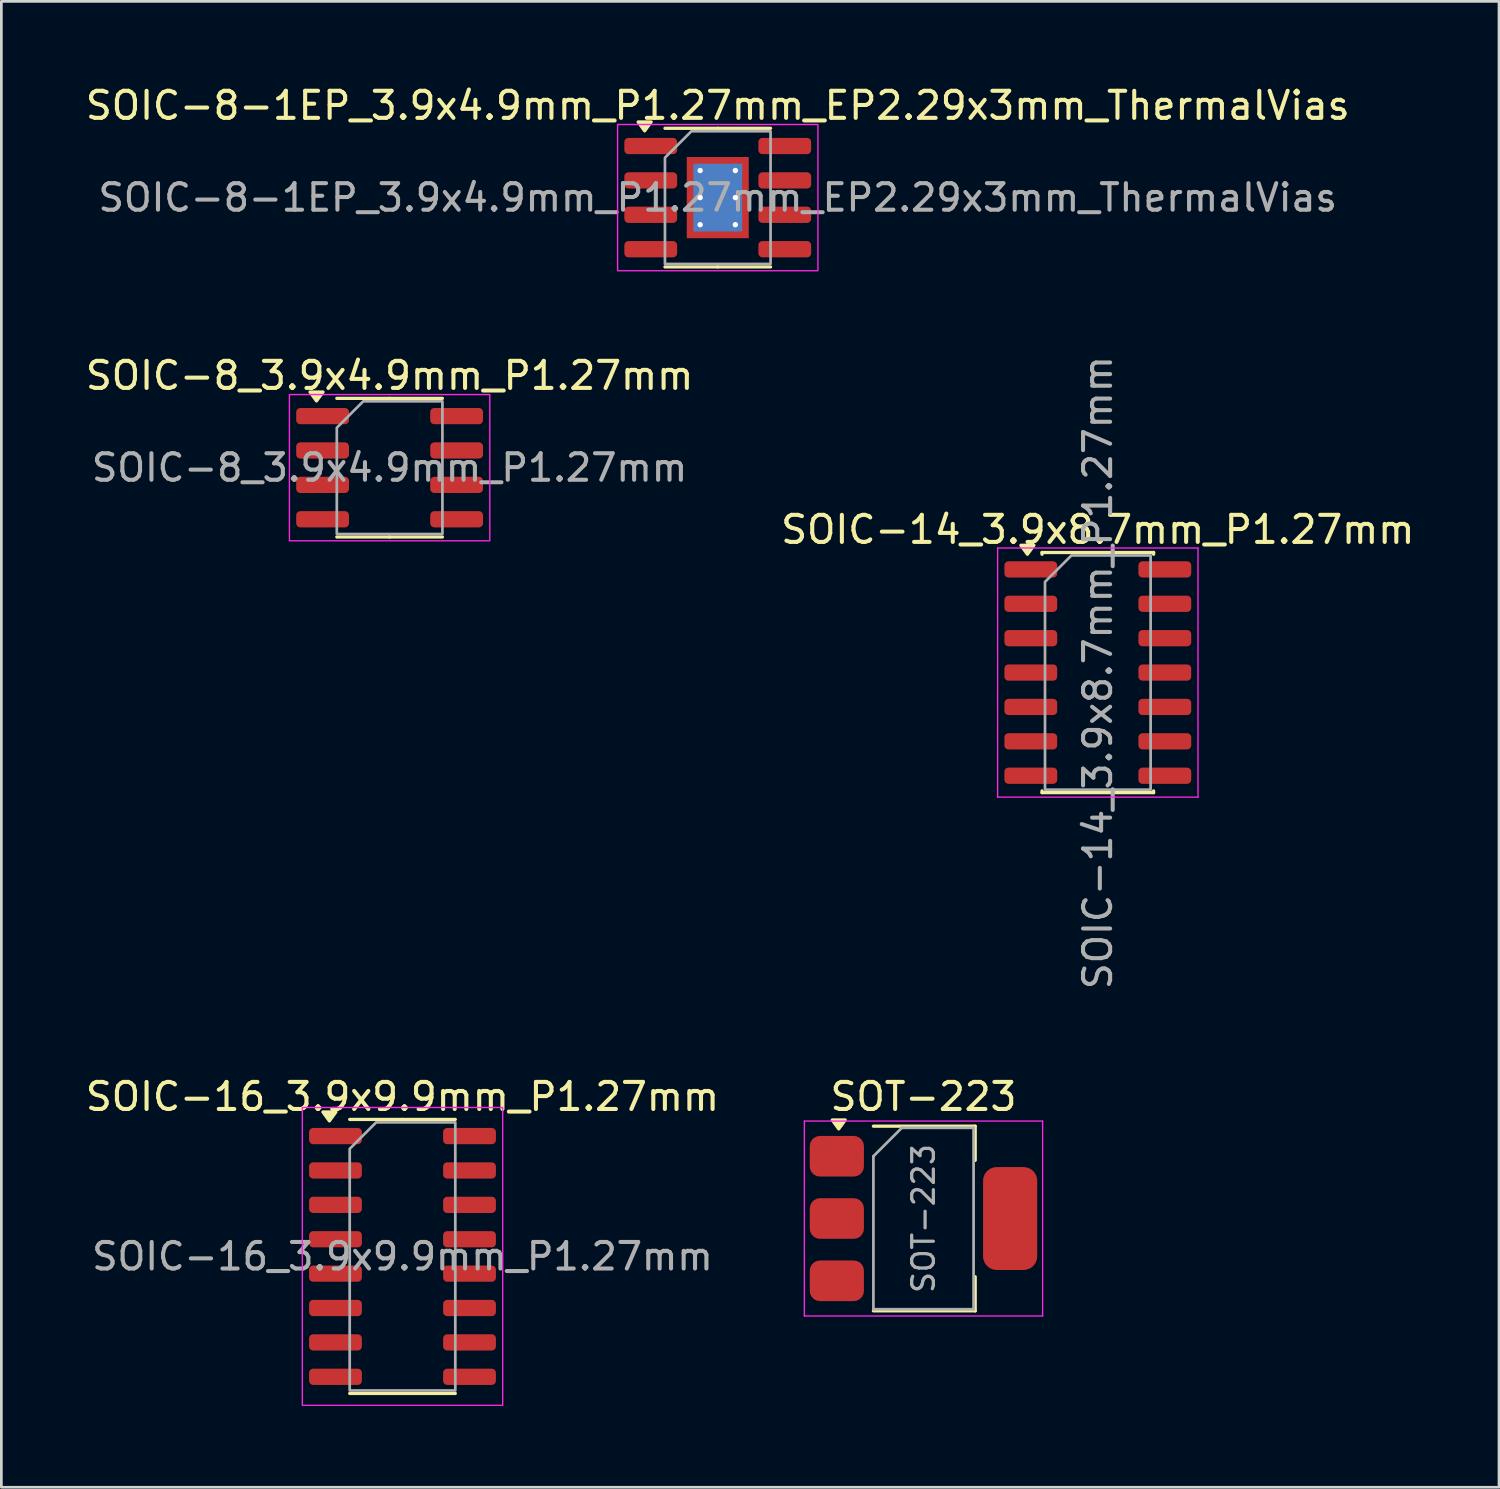
<source format=kicad_pcb>
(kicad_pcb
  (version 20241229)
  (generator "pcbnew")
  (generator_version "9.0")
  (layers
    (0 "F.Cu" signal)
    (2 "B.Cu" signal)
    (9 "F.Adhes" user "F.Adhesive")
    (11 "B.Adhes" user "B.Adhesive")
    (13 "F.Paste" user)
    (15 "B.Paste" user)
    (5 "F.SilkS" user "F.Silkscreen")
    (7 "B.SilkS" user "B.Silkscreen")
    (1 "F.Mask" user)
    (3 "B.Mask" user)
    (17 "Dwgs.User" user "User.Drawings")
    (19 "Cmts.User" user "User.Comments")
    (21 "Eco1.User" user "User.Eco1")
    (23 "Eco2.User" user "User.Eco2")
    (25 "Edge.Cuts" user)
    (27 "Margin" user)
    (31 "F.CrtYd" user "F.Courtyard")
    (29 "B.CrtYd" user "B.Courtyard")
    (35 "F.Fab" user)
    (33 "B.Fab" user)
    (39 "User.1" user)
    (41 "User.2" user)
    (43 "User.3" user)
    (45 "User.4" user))
  (footprint "SOT-223"
    (layer "F.Cu")
    (at 31.056 41.952)
    (property "Reference" "SOT-223" (at 0 -4.5 0) (layer "F.SilkS") (effects (font (size 1 1) (thickness 0.15))))
    (attr smd)
    (fp_line (start -1.85 -3.41) (end 1.91 -3.41) (stroke (width 0.12) (type solid)) (layer "F.SilkS"))
    (fp_line (start -1.85 3.41) (end 1.91 3.41) (stroke (width 0.12) (type solid)) (layer "F.SilkS"))
    (fp_line (start 1.91 -3.41) (end 1.91 -2.15) (stroke (width 0.12) (type solid)) (layer "F.SilkS"))
    (fp_line (start 1.91 3.41) (end 1.91 2.15) (stroke (width 0.12) (type solid)) (layer "F.SilkS"))
    (fp_poly (pts (xy -3.13 -3.31) (xy -3.37 -3.64) (xy -2.89 -3.64) (xy -3.13 -3.31)) (stroke (width 0.12) (type solid)) (fill yes) (layer "F.SilkS"))
    (fp_line (start -4.4 -3.6) (end -4.4 3.6) (stroke (width 0.05) (type solid)) (layer "F.CrtYd"))
    (fp_line (start -4.4 3.6) (end 4.4 3.6) (stroke (width 0.05) (type solid)) (layer "F.CrtYd"))
    (fp_line (start 4.4 -3.6) (end -4.4 -3.6) (stroke (width 0.05) (type solid)) (layer "F.CrtYd"))
    (fp_line (start 4.4 3.6) (end 4.4 -3.6) (stroke (width 0.05) (type solid)) (layer "F.CrtYd"))
    (fp_line (start -1.85 -2.3) (end -1.85 3.35) (stroke (width 0.1) (type solid)) (layer "F.Fab"))
    (fp_line (start -1.85 -2.3) (end -0.8 -3.35) (stroke (width 0.1) (type solid)) (layer "F.Fab"))
    (fp_line (start -1.85 3.35) (end 1.85 3.35) (stroke (width 0.1) (type solid)) (layer "F.Fab"))
    (fp_line (start -0.8 -3.35) (end 1.85 -3.35) (stroke (width 0.1) (type solid)) (layer "F.Fab"))
    (fp_line (start 1.85 -3.35) (end 1.85 3.35) (stroke (width 0.1) (type solid)) (layer "F.Fab"))
    (fp_text user "${REFERENCE}" (at 0 0 90) (layer "F.Fab") (effects (font (size 0.8 0.8) (thickness 0.12))))
    (pad "1" smd roundrect (at -3.2 -2.3) (size 2 1.5) (layers "F.Cu" "F.Mask" "F.Paste") (roundrect_rratio 0.25))
    (pad "2" smd roundrect (at -3.2 0) (size 2 1.5) (layers "F.Cu" "F.Mask" "F.Paste") (roundrect_rratio 0.25))
    (pad "3" smd roundrect (at -3.2 2.3) (size 2 1.5) (layers "F.Cu" "F.Mask" "F.Paste") (roundrect_rratio 0.25))
    (pad "4" smd roundrect (at 3.2 0) (size 2 3.8) (layers "F.Cu" "F.Mask" "F.Paste") (roundrect_rratio 0.25)))
  (footprint "SOIC-14_3.9x8.7mm_P1.27mm"
    (layer "F.Cu")
    (at 37.494 21.789)
    (property "Reference" "SOIC-14_3.9x8.7mm_P1.27mm" (at 0 -5.28 0) (layer "F.SilkS") (effects (font (size 1 1) (thickness 0.15))))
    (attr smd)
    (fp_line (start -2.06 -4.435) (end 2.06 -4.435) (stroke (width 0.12) (type solid)) (layer "F.SilkS"))
    (fp_line (start -2.06 -4.37) (end -2.06 -4.435) (stroke (width 0.12) (type solid)) (layer "F.SilkS"))
    (fp_line (start -2.06 4.435) (end -2.06 4.37) (stroke (width 0.12) (type solid)) (layer "F.SilkS"))
    (fp_line (start 2.06 -4.435) (end 2.06 -4.37) (stroke (width 0.12) (type solid)) (layer "F.SilkS"))
    (fp_line (start 2.06 4.37) (end 2.06 4.435) (stroke (width 0.12) (type solid)) (layer "F.SilkS"))
    (fp_line (start 2.06 4.435) (end -2.06 4.435) (stroke (width 0.12) (type solid)) (layer "F.SilkS"))
    (fp_poly (pts (xy -2.6 -4.37) (xy -2.84 -4.7) (xy -2.36 -4.7)) (stroke (width 0.12) (type solid)) (fill yes) (layer "F.SilkS"))
    (fp_line (start -3.7 -4.6) (end 3.7 -4.6) (stroke (width 0.05) (type solid)) (layer "F.CrtYd"))
    (fp_line (start -3.7 4.601) (end -3.7 -4.6) (stroke (width 0.05) (type solid)) (layer "F.CrtYd"))
    (fp_line (start 3.7 -4.6) (end 3.7 4.6) (stroke (width 0.05) (type solid)) (layer "F.CrtYd"))
    (fp_line (start 3.7 4.6) (end -3.7 4.6) (stroke (width 0.05) (type solid)) (layer "F.CrtYd"))
    (fp_poly (pts (xy -1.95 -3.35) (xy -1.95 4.325) (xy 1.95 4.325) (xy 1.95 -4.325) (xy -0.975 -4.325)) (stroke (width 0.1) (type solid)) (fill no) (layer "F.Fab"))
    (fp_text user "${REFERENCE}" (at 0 0 90) (layer "F.Fab") (effects (font (size 1 1) (thickness 0.15))))
    (pad "1" smd roundrect (at -2.475 -3.81) (size 1.95 0.6) (layers "F.Cu" "F.Mask" "F.Paste") (roundrect_rratio 0.25))
    (pad "2" smd roundrect (at -2.475 -2.54) (size 1.95 0.6) (layers "F.Cu" "F.Mask" "F.Paste") (roundrect_rratio 0.25))
    (pad "3" smd roundrect (at -2.475 -1.27) (size 1.95 0.6) (layers "F.Cu" "F.Mask" "F.Paste") (roundrect_rratio 0.25))
    (pad "4" smd roundrect (at -2.475 0) (size 1.95 0.6) (layers "F.Cu" "F.Mask" "F.Paste") (roundrect_rratio 0.25))
    (pad "5" smd roundrect (at -2.475 1.27) (size 1.95 0.6) (layers "F.Cu" "F.Mask" "F.Paste") (roundrect_rratio 0.25))
    (pad "6" smd roundrect (at -2.475 2.54) (size 1.95 0.6) (layers "F.Cu" "F.Mask" "F.Paste") (roundrect_rratio 0.25))
    (pad "7" smd roundrect (at -2.475 3.81) (size 1.95 0.6) (layers "F.Cu" "F.Mask" "F.Paste") (roundrect_rratio 0.25))
    (pad "8" smd roundrect (at 2.475 3.81) (size 1.95 0.6) (layers "F.Cu" "F.Mask" "F.Paste") (roundrect_rratio 0.25))
    (pad "9" smd roundrect (at 2.475 2.54) (size 1.95 0.6) (layers "F.Cu" "F.Mask" "F.Paste") (roundrect_rratio 0.25))
    (pad "10" smd roundrect (at 2.475 1.27) (size 1.95 0.6) (layers "F.Cu" "F.Mask" "F.Paste") (roundrect_rratio 0.25))
    (pad "11" smd roundrect (at 2.475 0) (size 1.95 0.6) (layers "F.Cu" "F.Mask" "F.Paste") (roundrect_rratio 0.25))
    (pad "12" smd roundrect (at 2.475 -1.27) (size 1.95 0.6) (layers "F.Cu" "F.Mask" "F.Paste") (roundrect_rratio 0.25))
    (pad "13" smd roundrect (at 2.475 -2.54) (size 1.95 0.6) (layers "F.Cu" "F.Mask" "F.Paste") (roundrect_rratio 0.25))
    (pad "14" smd roundrect (at 2.475 -3.81) (size 1.95 0.6) (layers "F.Cu" "F.Mask" "F.Paste") (roundrect_rratio 0.25)))
  (footprint "SOIC-8_3.9x4.9mm_P1.27mm"
    (layer "F.Cu")
    (at 11.339 14.222)
    (property "Reference" "SOIC-8_3.9x4.9mm_P1.27mm" (at 0 -3.4 0) (layer "F.SilkS") (effects (font (size 1 1) (thickness 0.15))))
    (attr smd)
    (fp_line (start 0 -2.56) (end -1.95 -2.56) (stroke (width 0.12) (type solid)) (layer "F.SilkS"))
    (fp_line (start 0 -2.56) (end 1.95 -2.56) (stroke (width 0.12) (type solid)) (layer "F.SilkS"))
    (fp_line (start 0 2.56) (end -1.95 2.56) (stroke (width 0.12) (type solid)) (layer "F.SilkS"))
    (fp_line (start 0 2.56) (end 1.95 2.56) (stroke (width 0.12) (type solid)) (layer "F.SilkS"))
    (fp_poly (pts (xy -2.7 -2.465) (xy -2.94 -2.795) (xy -2.46 -2.795)) (stroke (width 0.12) (type solid)) (fill yes) (layer "F.SilkS"))
    (fp_rect (start -3.7 -2.7) (end 3.7 2.7) (stroke (width 0.05) (type default)) (fill no) (layer "F.CrtYd"))
    (fp_poly (pts (xy -1.95 -1.475) (xy -1.95 2.45) (xy 1.95 2.45) (xy 1.95 -2.45) (xy -0.975 -2.45)) (stroke (width 0.1) (type solid)) (fill no) (layer "F.Fab"))
    (fp_text user "${REFERENCE}" (at 0 0 0) (layer "F.Fab") (effects (font (size 0.98 0.98) (thickness 0.15))))
    (pad "1" smd roundrect (at -2.475 -1.905) (size 1.95 0.6) (layers "F.Cu" "F.Mask" "F.Paste") (roundrect_rratio 0.25))
    (pad "2" smd roundrect (at -2.475 -0.635) (size 1.95 0.6) (layers "F.Cu" "F.Mask" "F.Paste") (roundrect_rratio 0.25))
    (pad "3" smd roundrect (at -2.475 0.635) (size 1.95 0.6) (layers "F.Cu" "F.Mask" "F.Paste") (roundrect_rratio 0.25))
    (pad "4" smd roundrect (at -2.475 1.905) (size 1.95 0.6) (layers "F.Cu" "F.Mask" "F.Paste") (roundrect_rratio 0.25))
    (pad "5" smd roundrect (at 2.475 1.905) (size 1.95 0.6) (layers "F.Cu" "F.Mask" "F.Paste") (roundrect_rratio 0.25))
    (pad "6" smd roundrect (at 2.475 0.635) (size 1.95 0.6) (layers "F.Cu" "F.Mask" "F.Paste") (roundrect_rratio 0.25))
    (pad "7" smd roundrect (at 2.475 -0.635) (size 1.95 0.6) (layers "F.Cu" "F.Mask" "F.Paste") (roundrect_rratio 0.25))
    (pad "8" smd roundrect (at 2.475 -1.905) (size 1.95 0.6) (layers "F.Cu" "F.Mask" "F.Paste") (roundrect_rratio 0.25)))
  (footprint "SOIC-8-1EP_3.9x4.9mm_P1.27mm_EP2.29x3mm_ThermalVias"
    (layer "F.Cu")
    (at 23.458 4.248)
    (property "Reference" "SOIC-8-1EP_3.9x4.9mm_P1.27mm_EP2.29x3mm_ThermalVias" (at 0 -3.4 0) (layer "F.SilkS") (effects (font (size 1 1) (thickness 0.15))))
    (attr smd)
    (fp_line (start 0 -2.56) (end -1.95 -2.56) (stroke (width 0.12) (type solid)) (layer "F.SilkS"))
    (fp_line (start 0 -2.56) (end 1.95 -2.56) (stroke (width 0.12) (type solid)) (layer "F.SilkS"))
    (fp_line (start 0 2.56) (end -1.95 2.56) (stroke (width 0.12) (type solid)) (layer "F.SilkS"))
    (fp_line (start 0 2.56) (end 1.95 2.56) (stroke (width 0.12) (type solid)) (layer "F.SilkS"))
    (fp_poly (pts (xy -2.7 -2.465) (xy -2.94 -2.795) (xy -2.46 -2.795)) (stroke (width 0.12) (type solid)) (fill yes) (layer "F.SilkS"))
    (fp_rect (start -3.7 -2.7) (end 3.7 2.7) (stroke (width 0.05) (type default)) (fill no) (layer "F.CrtYd"))
    (fp_poly (pts (xy -1.95 -1.475) (xy -1.95 2.45) (xy 1.95 2.45) (xy 1.95 -2.45) (xy -0.975 -2.45)) (stroke (width 0.1) (type solid)) (fill no) (layer "F.Fab"))
    (fp_text user "${REFERENCE}" (at 0 0 0) (layer "F.Fab") (effects (font (size 0.98 0.98) (thickness 0.15))))
    (pad "" smd roundrect (at -0.57 -0.75) (size 0.96 1.25) (layers "F.Paste") (roundrect_rratio 0.25))
    (pad "" smd roundrect (at -0.57 0.75) (size 0.96 1.25) (layers "F.Paste") (roundrect_rratio 0.25))
    (pad "" smd roundrect (at 0.57 -0.75) (size 0.96 1.25) (layers "F.Paste") (roundrect_rratio 0.25))
    (pad "" smd roundrect (at 0.57 0.75) (size 0.96 1.25) (layers "F.Paste") (roundrect_rratio 0.25))
    (pad "1" smd roundrect (at -2.475 -1.905) (size 1.95 0.6) (layers "F.Cu" "F.Mask" "F.Paste") (roundrect_rratio 0.25))
    (pad "2" smd roundrect (at -2.475 -0.635) (size 1.95 0.6) (layers "F.Cu" "F.Mask" "F.Paste") (roundrect_rratio 0.25))
    (pad "3" smd roundrect (at -2.475 0.635) (size 1.95 0.6) (layers "F.Cu" "F.Mask" "F.Paste") (roundrect_rratio 0.25))
    (pad "4" smd roundrect (at -2.475 1.905) (size 1.95 0.6) (layers "F.Cu" "F.Mask" "F.Paste") (roundrect_rratio 0.25))
    (pad "5" smd roundrect (at 2.475 1.905) (size 1.95 0.6) (layers "F.Cu" "F.Mask" "F.Paste") (roundrect_rratio 0.25))
    (pad "6" smd roundrect (at 2.475 0.635) (size 1.95 0.6) (layers "F.Cu" "F.Mask" "F.Paste") (roundrect_rratio 0.25))
    (pad "7" smd roundrect (at 2.475 -0.635) (size 1.95 0.6) (layers "F.Cu" "F.Mask" "F.Paste") (roundrect_rratio 0.25))
    (pad "8" smd roundrect (at 2.475 -1.905) (size 1.95 0.6) (layers "F.Cu" "F.Mask" "F.Paste") (roundrect_rratio 0.25))
    (pad "9" thru_hole circle (at -0.65 -1) (size 0.5 0.5) (drill 0.2) (property pad_prop_heatsink) (layers "*.Cu"))
    (pad "9" thru_hole circle (at -0.65 0) (size 0.5 0.5) (drill 0.2) (property pad_prop_heatsink) (layers "*.Cu"))
    (pad "9" thru_hole circle (at -0.65 1) (size 0.5 0.5) (drill 0.2) (property pad_prop_heatsink) (layers "*.Cu"))
    (pad "9" smd rect (at 0 0) (size 1.8 2.5) (property pad_prop_heatsink) (layers "B.Cu"))
    (pad "9" smd rect (at 0 0) (size 2.29 3) (property pad_prop_heatsink) (layers "F.Cu" "F.Mask"))
    (pad "9" thru_hole circle (at 0.65 -1) (size 0.5 0.5) (drill 0.2) (property pad_prop_heatsink) (layers "*.Cu"))
    (pad "9" thru_hole circle (at 0.65 0) (size 0.5 0.5) (drill 0.2) (property pad_prop_heatsink) (layers "*.Cu"))
    (pad "9" thru_hole circle (at 0.65 1) (size 0.5 0.5) (drill 0.2) (property pad_prop_heatsink) (layers "*.Cu")))
  (footprint "SOIC-16_3.9x9.9mm_P1.27mm"
    (layer "F.Cu")
    (at 11.815 43.352)
    (property "Reference" "SOIC-16_3.9x9.9mm_P1.27mm" (at 0 -5.9 0) (layer "F.SilkS") (effects (font (size 1 1) (thickness 0.15))))
    (attr smd)
    (fp_line (start 0 -5.06) (end -1.95 -5.06) (stroke (width 0.12) (type solid)) (layer "F.SilkS"))
    (fp_line (start 0 -5.06) (end 1.95 -5.06) (stroke (width 0.12) (type solid)) (layer "F.SilkS"))
    (fp_line (start 0 5.06) (end -1.95 5.06) (stroke (width 0.12) (type solid)) (layer "F.SilkS"))
    (fp_line (start 0 5.06) (end 1.95 5.06) (stroke (width 0.12) (type solid)) (layer "F.SilkS"))
    (fp_poly (pts (xy -2.7 -5.005) (xy -2.94 -5.335) (xy -2.46 -5.335)) (stroke (width 0.12) (type solid)) (fill yes) (layer "F.SilkS"))
    (fp_rect (start -3.7 -5.5) (end 3.7 5.5) (stroke (width 0.05) (type default)) (fill no) (layer "F.CrtYd"))
    (fp_poly (pts (xy -1.95 -3.975) (xy -1.95 4.95) (xy 1.95 4.95) (xy 1.95 -4.95) (xy -0.975 -4.95)) (stroke (width 0.1) (type solid)) (fill no) (layer "F.Fab"))
    (fp_text user "${REFERENCE}" (at 0 0 0) (layer "F.Fab") (effects (font (size 0.98 0.98) (thickness 0.15))))
    (pad "1" smd roundrect (at -2.475 -4.445) (size 1.95 0.6) (layers "F.Cu" "F.Mask" "F.Paste") (roundrect_rratio 0.25))
    (pad "2" smd roundrect (at -2.475 -3.175) (size 1.95 0.6) (layers "F.Cu" "F.Mask" "F.Paste") (roundrect_rratio 0.25))
    (pad "3" smd roundrect (at -2.475 -1.905) (size 1.95 0.6) (layers "F.Cu" "F.Mask" "F.Paste") (roundrect_rratio 0.25))
    (pad "4" smd roundrect (at -2.475 -0.635) (size 1.95 0.6) (layers "F.Cu" "F.Mask" "F.Paste") (roundrect_rratio 0.25))
    (pad "5" smd roundrect (at -2.475 0.635) (size 1.95 0.6) (layers "F.Cu" "F.Mask" "F.Paste") (roundrect_rratio 0.25))
    (pad "6" smd roundrect (at -2.475 1.905) (size 1.95 0.6) (layers "F.Cu" "F.Mask" "F.Paste") (roundrect_rratio 0.25))
    (pad "7" smd roundrect (at -2.475 3.175) (size 1.95 0.6) (layers "F.Cu" "F.Mask" "F.Paste") (roundrect_rratio 0.25))
    (pad "8" smd roundrect (at -2.475 4.445) (size 1.95 0.6) (layers "F.Cu" "F.Mask" "F.Paste") (roundrect_rratio 0.25))
    (pad "9" smd roundrect (at 2.475 4.445) (size 1.95 0.6) (layers "F.Cu" "F.Mask" "F.Paste") (roundrect_rratio 0.25))
    (pad "10" smd roundrect (at 2.475 3.175) (size 1.95 0.6) (layers "F.Cu" "F.Mask" "F.Paste") (roundrect_rratio 0.25))
    (pad "11" smd roundrect (at 2.475 1.905) (size 1.95 0.6) (layers "F.Cu" "F.Mask" "F.Paste") (roundrect_rratio 0.25))
    (pad "12" smd roundrect (at 2.475 0.635) (size 1.95 0.6) (layers "F.Cu" "F.Mask" "F.Paste") (roundrect_rratio 0.25))
    (pad "13" smd roundrect (at 2.475 -0.635) (size 1.95 0.6) (layers "F.Cu" "F.Mask" "F.Paste") (roundrect_rratio 0.25))
    (pad "14" smd roundrect (at 2.475 -1.905) (size 1.95 0.6) (layers "F.Cu" "F.Mask" "F.Paste") (roundrect_rratio 0.25))
    (pad "15" smd roundrect (at 2.475 -3.175) (size 1.95 0.6) (layers "F.Cu" "F.Mask" "F.Paste") (roundrect_rratio 0.25))
    (pad "16" smd roundrect (at 2.475 -4.445) (size 1.95 0.6) (layers "F.Cu" "F.Mask" "F.Paste") (roundrect_rratio 0.25)))
  (gr_rect
    (start -3 -3)
    (end 52.31 51.877)
    (stroke (width 0.1) (type default))
    (fill no)
    (layer "Edge.Cuts")))
</source>
